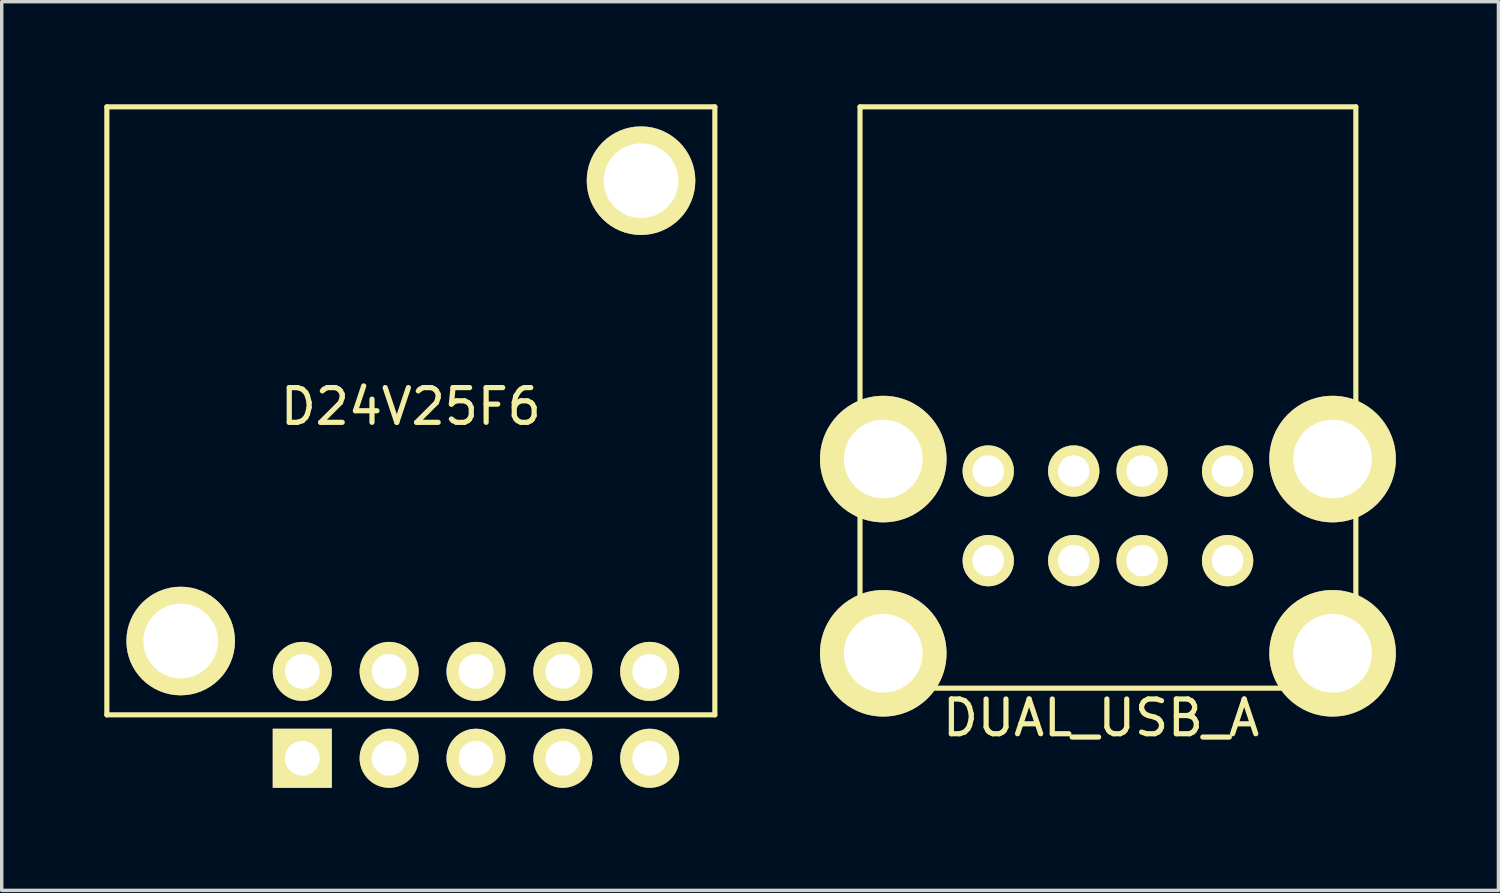
<source format=kicad_pcb>
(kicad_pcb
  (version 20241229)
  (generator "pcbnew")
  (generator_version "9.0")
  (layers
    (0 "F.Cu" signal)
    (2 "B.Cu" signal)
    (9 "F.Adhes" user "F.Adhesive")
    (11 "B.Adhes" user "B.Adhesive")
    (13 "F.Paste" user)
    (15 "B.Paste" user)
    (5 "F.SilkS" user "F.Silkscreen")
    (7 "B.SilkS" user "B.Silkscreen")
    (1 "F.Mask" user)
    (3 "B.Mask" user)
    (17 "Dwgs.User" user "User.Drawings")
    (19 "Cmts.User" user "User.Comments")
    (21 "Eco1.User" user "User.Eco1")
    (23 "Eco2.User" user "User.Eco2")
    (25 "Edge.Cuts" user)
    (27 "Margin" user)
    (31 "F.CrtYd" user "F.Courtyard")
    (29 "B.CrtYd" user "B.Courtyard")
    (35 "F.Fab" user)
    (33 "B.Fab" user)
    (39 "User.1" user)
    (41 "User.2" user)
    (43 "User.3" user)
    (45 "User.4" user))
  (footprint "DUAL_USB_A"
    (layer "F.Cu")
    (at 29.35 13.345)
    (property "Reference" "DUAL_USB_A" (at -0.2 4.6 0) (layer "F.SilkS") (effects (font (size 1.016 1.016) (thickness 0.152))))
    (attr through_hole)
    (fp_line (start -7.25 -13.27) (end -7.25 3.73) (stroke (width 0.15) (type solid)) (layer "F.SilkS"))
    (fp_line (start -7.25 -13.27) (end 7.25 -13.27) (stroke (width 0.15) (type solid)) (layer "F.SilkS"))
    (fp_line (start 7.25 -13.27) (end 7.25 3.73) (stroke (width 0.15) (type solid)) (layer "F.SilkS"))
    (fp_line (start 7.5 3.73) (end -7.5 3.73) (stroke (width 0.15) (type solid)) (layer "F.SilkS"))
    (pad "1" thru_hole circle (at -3.5 0) (size 1.5 1.5) (drill 0.92) (layers "*.Cu" "*.Mask" "F.SilkS"))
    (pad "2" thru_hole circle (at -1 0) (size 1.5 1.5) (drill 0.92) (layers "*.Cu" "*.Mask" "F.SilkS"))
    (pad "3" thru_hole circle (at 1 0) (size 1.5 1.5) (drill 0.92) (layers "*.Cu" "*.Mask" "F.SilkS"))
    (pad "4" thru_hole circle (at 3.5 0) (size 1.5 1.5) (drill 0.92) (layers "*.Cu" "*.Mask" "F.SilkS"))
    (pad "5" thru_hole circle (at -3.5 -2.62) (size 1.5 1.5) (drill 0.92) (layers "*.Cu" "*.Mask" "F.SilkS"))
    (pad "6" thru_hole circle (at -1 -2.62) (size 1.5 1.5) (drill 0.92) (layers "*.Cu" "*.Mask" "F.SilkS"))
    (pad "7" thru_hole circle (at 1 -2.62) (size 1.5 1.5) (drill 0.92) (layers "*.Cu" "*.Mask" "F.SilkS"))
    (pad "8" thru_hole circle (at 3.5 -2.62) (size 1.5 1.5) (drill 0.92) (layers "*.Cu" "*.Mask" "F.SilkS"))
    (pad "9" thru_hole circle (at -6.57 2.71) (size 3.7 3.7) (drill 2.3) (layers "*.Cu" "*.Mask" "F.SilkS"))
    (pad "10" thru_hole circle (at 6.57 2.71) (size 3.7 3.7) (drill 2.3) (layers "*.Cu" "*.Mask" "F.SilkS"))
    (pad "11" thru_hole circle (at -6.57 -2.97) (size 3.7 3.7) (drill 2.3) (layers "*.Cu" "*.Mask" "F.SilkS"))
    (pad "12" thru_hole circle (at 6.57 -2.97) (size 3.7 3.7) (drill 2.3) (layers "*.Cu" "*.Mask" "F.SilkS")))
  (footprint "D24V25F6"
    (layer "F.Cu")
    (at 8.965 8.965)
    (property "Reference" "D24V25F6" (at 0 -0.127 0) (layer "F.SilkS") (effects (font (size 1.016 1.016) (thickness 0.152))))
    (attr through_hole)
    (fp_line (start -8.89 -8.89) (end 8.89 -8.89) (stroke (width 0.15) (type solid)) (layer "F.SilkS"))
    (fp_line (start -8.89 8.89) (end -8.89 -8.89) (stroke (width 0.15) (type solid)) (layer "F.SilkS"))
    (fp_line (start 8.89 -8.89) (end 8.89 8.89) (stroke (width 0.15) (type solid)) (layer "F.SilkS"))
    (fp_line (start 8.89 8.89) (end -8.89 8.89) (stroke (width 0.15) (type solid)) (layer "F.SilkS"))
    (pad "1" thru_hole rect (at -3.175 10.16) (size 1.727 1.727) (drill 1.016) (layers "*.Cu" "*.Mask" "F.SilkS"))
    (pad "2" thru_hole circle (at -3.175 7.62) (size 1.727 1.727) (drill 1.016) (layers "*.Cu" "*.Mask" "F.SilkS"))
    (pad "3" thru_hole circle (at -0.635 10.16) (size 1.727 1.727) (drill 1.016) (layers "*.Cu" "*.Mask" "F.SilkS"))
    (pad "4" thru_hole circle (at -0.635 7.62) (size 1.727 1.727) (drill 1.016) (layers "*.Cu" "*.Mask" "F.SilkS"))
    (pad "5" thru_hole circle (at 1.905 10.16) (size 1.727 1.727) (drill 1.016) (layers "*.Cu" "*.Mask" "F.SilkS"))
    (pad "6" thru_hole circle (at 1.905 7.62) (size 1.727 1.727) (drill 1.016) (layers "*.Cu" "*.Mask" "F.SilkS"))
    (pad "7" thru_hole circle (at 4.445 10.16) (size 1.727 1.727) (drill 1.016) (layers "*.Cu" "*.Mask" "F.SilkS"))
    (pad "8" thru_hole circle (at 4.445 7.62) (size 1.727 1.727) (drill 1.016) (layers "*.Cu" "*.Mask" "F.SilkS"))
    (pad "9" thru_hole circle (at 6.985 10.16) (size 1.727 1.727) (drill 1.016) (layers "*.Cu" "*.Mask" "F.SilkS"))
    (pad "10" thru_hole circle (at 6.985 7.62) (size 1.727 1.727) (drill 1.016) (layers "*.Cu" "*.Mask" "F.SilkS"))
    (pad "11" thru_hole circle (at -6.731 6.731) (size 3.175 3.175) (drill 2.184) (layers "*.Cu" "*.Mask" "F.SilkS"))
    (pad "12" thru_hole circle (at 6.731 -6.731) (size 3.175 3.175) (drill 2.184) (layers "*.Cu" "*.Mask" "F.SilkS")))
  (gr_rect
    (start -3 -3)
    (end 40.77 22.989)
    (stroke (width 0.1) (type default))
    (fill no)
    (layer "Edge.Cuts")))
</source>
